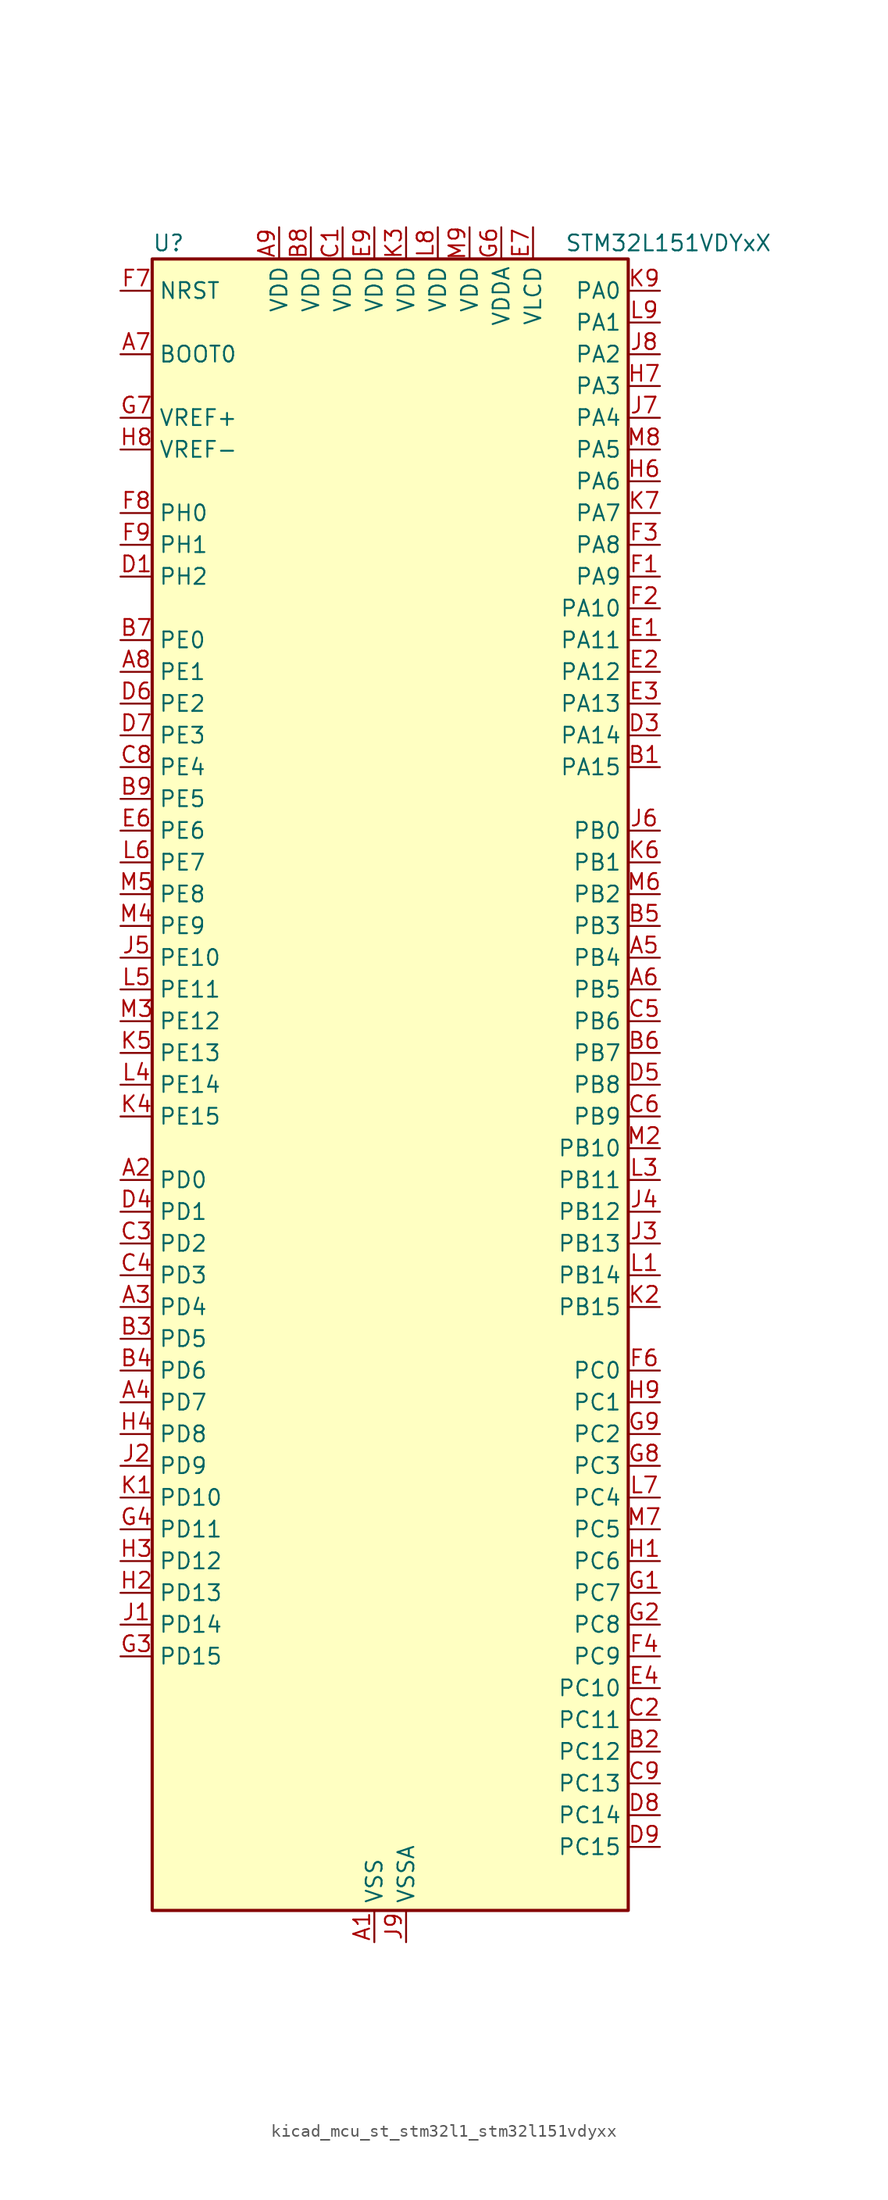
<source format=kicad_sym>
(kicad_symbol_lib
  (version 20220914)
  (generator kicad_symbol_editor)
  (symbol "kicad_mcu_st_stm32l1_stm32l151vdyxx"
    (property "Reference" "U"
      (at -17.78 67.31 0)
      (effects (font (size 1.27 1.27)) (justify left)))
    (property "Value" "STM32L151VDYxX"
      (at 15.24 67.31 0)
      (effects (font (size 1.27 1.27)) (justify left)))
    (property "ki_locked" ""
      (at 0 0 0)
      (effects (font (size 1.27 1.27))))
    (symbol "kicad_mcu_st_stm32l1_stm32l151vdyxx_0_1"
      (rectangle (start -17.78 -66.04) (end 20.32 66.04) (stroke (width 0.254) (type default)) (fill (type background))))
    (symbol "kicad_mcu_st_stm32l1_stm32l151vdyxx_1_1"
      (pin power_in line (at 0 -68.58 90) (length 2.54) (name "VSS" (effects (font (size 1.27 1.27)))) (number "A1" (effects (font (size 1.27 1.27)))))
      (pin bidirectional line (at -20.32 -7.62 0) (length 2.54) (name "PD0" (effects (font (size 1.27 1.27)))) (number "A2" (effects (font (size 1.27 1.27)))) (alternate "I2S2_WS" bidirectional line) (alternate "SPI2_NSS" bidirectional line) (alternate "TIM9_CH1" bidirectional line) (alternate "TIMX_IC1" bidirectional line))
      (pin bidirectional line (at -20.32 -17.78 0) (length 2.54) (name "PD4" (effects (font (size 1.27 1.27)))) (number "A3" (effects (font (size 1.27 1.27)))) (alternate "I2S2_SD" bidirectional line) (alternate "SPI2_MOSI" bidirectional line) (alternate "TIMX_IC1" bidirectional line) (alternate "USART2_RTS" bidirectional line))
      (pin bidirectional line (at -20.32 -25.4 0) (length 2.54) (name "PD7" (effects (font (size 1.27 1.27)))) (number "A4" (effects (font (size 1.27 1.27)))) (alternate "TIM9_CH2" bidirectional line) (alternate "TIMX_IC4" bidirectional line) (alternate "USART2_CK" bidirectional line))
      (pin bidirectional line (at 22.86 10.16 180) (length 2.54) (name "PB4" (effects (font (size 1.27 1.27)))) (number "A5" (effects (font (size 1.27 1.27)))) (alternate "COMP2_INP" bidirectional line) (alternate "SPI1_MISO" bidirectional line) (alternate "SPI3_MISO" bidirectional line) (alternate "SYS_JTRST" bidirectional line) (alternate "TIM3_CH1" bidirectional line) (alternate "TS_G6_IO1" bidirectional line))
      (pin bidirectional line (at 22.86 7.62 180) (length 2.54) (name "PB5" (effects (font (size 1.27 1.27)))) (number "A6" (effects (font (size 1.27 1.27)))) (alternate "COMP2_INP" bidirectional line) (alternate "I2C1_SMBA" bidirectional line) (alternate "I2S3_SD" bidirectional line) (alternate "SPI1_MOSI" bidirectional line) (alternate "SPI3_MOSI" bidirectional line) (alternate "TIM3_CH2" bidirectional line) (alternate "TS_G6_IO2" bidirectional line))
      (pin input line (at -20.32 58.42 0) (length 2.54) (name "BOOT0" (effects (font (size 1.27 1.27)))) (number "A7" (effects (font (size 1.27 1.27)))))
      (pin bidirectional line (at -20.32 33.02 0) (length 2.54) (name "PE1" (effects (font (size 1.27 1.27)))) (number "A8" (effects (font (size 1.27 1.27)))) (alternate "TIM11_CH1" bidirectional line) (alternate "TIMX_IC2" bidirectional line))
      (pin power_in line (at -7.62 68.58 270) (length 2.54) (name "VDD" (effects (font (size 1.27 1.27)))) (number "A9" (effects (font (size 1.27 1.27)))))
      (pin bidirectional line (at 22.86 25.4 180) (length 2.54) (name "PA15" (effects (font (size 1.27 1.27)))) (number "B1" (effects (font (size 1.27 1.27)))) (alternate "ADC_EXTI15" bidirectional line) (alternate "I2S3_WS" bidirectional line) (alternate "SPI1_NSS" bidirectional line) (alternate "SPI3_NSS" bidirectional line) (alternate "SYS_JTDI" bidirectional line) (alternate "TIM2_CH1" bidirectional line) (alternate "TIM2_ETR" bidirectional line) (alternate "TIMX_IC4" bidirectional line) (alternate "TS_G5_IO3" bidirectional line))
      (pin bidirectional line (at 22.86 -53.34 180) (length 2.54) (name "PC12" (effects (font (size 1.27 1.27)))) (number "B2" (effects (font (size 1.27 1.27)))) (alternate "I2S3_SD" bidirectional line) (alternate "SPI3_MOSI" bidirectional line) (alternate "TIMX_IC1" bidirectional line) (alternate "UART5_TX" bidirectional line) (alternate "USART3_CK" bidirectional line))
      (pin bidirectional line (at -20.32 -20.32 0) (length 2.54) (name "PD5" (effects (font (size 1.27 1.27)))) (number "B3" (effects (font (size 1.27 1.27)))) (alternate "TIMX_IC2" bidirectional line) (alternate "USART2_TX" bidirectional line))
      (pin bidirectional line (at -20.32 -22.86 0) (length 2.54) (name "PD6" (effects (font (size 1.27 1.27)))) (number "B4" (effects (font (size 1.27 1.27)))) (alternate "TIMX_IC3" bidirectional line) (alternate "USART2_RX" bidirectional line))
      (pin bidirectional line (at 22.86 12.7 180) (length 2.54) (name "PB3" (effects (font (size 1.27 1.27)))) (number "B5" (effects (font (size 1.27 1.27)))) (alternate "COMP2_INM" bidirectional line) (alternate "I2S3_CK" bidirectional line) (alternate "SPI1_SCK" bidirectional line) (alternate "SPI3_SCK" bidirectional line) (alternate "SYS_JTDO-TRACESWO" bidirectional line) (alternate "TIM2_CH2" bidirectional line))
      (pin bidirectional line (at 22.86 2.54 180) (length 2.54) (name "PB7" (effects (font (size 1.27 1.27)))) (number "B6" (effects (font (size 1.27 1.27)))) (alternate "COMP2_INP" bidirectional line) (alternate "I2C1_SDA" bidirectional line) (alternate "SYS_PVD_IN" bidirectional line) (alternate "TIM4_CH2" bidirectional line) (alternate "TS_G6_IO4" bidirectional line) (alternate "USART1_RX" bidirectional line))
      (pin bidirectional line (at -20.32 35.56 0) (length 2.54) (name "PE0" (effects (font (size 1.27 1.27)))) (number "B7" (effects (font (size 1.27 1.27)))) (alternate "TIM10_CH1" bidirectional line) (alternate "TIM4_ETR" bidirectional line) (alternate "TIMX_IC1" bidirectional line))
      (pin power_in line (at -5.08 68.58 270) (length 2.54) (name "VDD" (effects (font (size 1.27 1.27)))) (number "B8" (effects (font (size 1.27 1.27)))))
      (pin bidirectional line (at -20.32 22.86 0) (length 2.54) (name "PE5" (effects (font (size 1.27 1.27)))) (number "B9" (effects (font (size 1.27 1.27)))) (alternate "SYS_TRACED2" bidirectional line) (alternate "TIM9_CH1" bidirectional line) (alternate "TIMX_IC2" bidirectional line))
      (pin power_in line (at -2.54 68.58 270) (length 2.54) (name "VDD" (effects (font (size 1.27 1.27)))) (number "C1" (effects (font (size 1.27 1.27)))))
      (pin bidirectional line (at 22.86 -50.8 180) (length 2.54) (name "PC11" (effects (font (size 1.27 1.27)))) (number "C2" (effects (font (size 1.27 1.27)))) (alternate "ADC_EXTI11" bidirectional line) (alternate "SPI3_MISO" bidirectional line) (alternate "TIMX_IC4" bidirectional line) (alternate "UART4_RX" bidirectional line) (alternate "USART3_RX" bidirectional line))
      (pin bidirectional line (at -20.32 -12.7 0) (length 2.54) (name "PD2" (effects (font (size 1.27 1.27)))) (number "C3" (effects (font (size 1.27 1.27)))) (alternate "TIM3_ETR" bidirectional line) (alternate "TIMX_IC3" bidirectional line) (alternate "UART5_RX" bidirectional line))
      (pin bidirectional line (at -20.32 -15.24 0) (length 2.54) (name "PD3" (effects (font (size 1.27 1.27)))) (number "C4" (effects (font (size 1.27 1.27)))) (alternate "SPI2_MISO" bidirectional line) (alternate "TIMX_IC4" bidirectional line) (alternate "USART2_CTS" bidirectional line))
      (pin bidirectional line (at 22.86 5.08 180) (length 2.54) (name "PB6" (effects (font (size 1.27 1.27)))) (number "C5" (effects (font (size 1.27 1.27)))) (alternate "COMP2_INP" bidirectional line) (alternate "I2C1_SCL" bidirectional line) (alternate "TIM4_CH1" bidirectional line) (alternate "TS_G6_IO3" bidirectional line) (alternate "USART1_TX" bidirectional line))
      (pin bidirectional line (at 22.86 -2.54 180) (length 2.54) (name "PB9" (effects (font (size 1.27 1.27)))) (number "C6" (effects (font (size 1.27 1.27)))) (alternate "DAC_EXTI9" bidirectional line) (alternate "I2C1_SDA" bidirectional line) (alternate "TIM11_CH1" bidirectional line) (alternate "TIM4_CH4" bidirectional line))
      (pin passive line (at 0 -68.58 90) (length 2.54) hide (name "VSS" (effects (font (size 1.27 1.27)))) (number "C7" (effects (font (size 1.27 1.27)))))
      (pin bidirectional line (at -20.32 25.4 0) (length 2.54) (name "PE4" (effects (font (size 1.27 1.27)))) (number "C8" (effects (font (size 1.27 1.27)))) (alternate "SYS_TRACED1" bidirectional line) (alternate "TIM3_CH2" bidirectional line) (alternate "TIMX_IC1" bidirectional line))
      (pin bidirectional line (at 22.86 -55.88 180) (length 2.54) (name "PC13" (effects (font (size 1.27 1.27)))) (number "C9" (effects (font (size 1.27 1.27)))) (alternate "RTC_OUT_ALARM" bidirectional line) (alternate "RTC_OUT_CALIB" bidirectional line) (alternate "RTC_TAMP1" bidirectional line) (alternate "RTC_TS" bidirectional line) (alternate "SYS_WKUP2" bidirectional line) (alternate "TIMX_IC2" bidirectional line))
      (pin bidirectional line (at -20.32 40.64 0) (length 2.54) (name "PH2" (effects (font (size 1.27 1.27)))) (number "D1" (effects (font (size 1.27 1.27)))))
      (pin passive line (at 0 -68.58 90) (length 2.54) hide (name "VSS" (effects (font (size 1.27 1.27)))) (number "D2" (effects (font (size 1.27 1.27)))))
      (pin bidirectional line (at 22.86 27.94 180) (length 2.54) (name "PA14" (effects (font (size 1.27 1.27)))) (number "D3" (effects (font (size 1.27 1.27)))) (alternate "SYS_JTCK-SWCLK" bidirectional line) (alternate "TIMX_IC3" bidirectional line) (alternate "TS_G5_IO2" bidirectional line))
      (pin bidirectional line (at -20.32 -10.16 0) (length 2.54) (name "PD1" (effects (font (size 1.27 1.27)))) (number "D4" (effects (font (size 1.27 1.27)))) (alternate "I2S2_CK" bidirectional line) (alternate "SPI2_SCK" bidirectional line) (alternate "TIMX_IC2" bidirectional line))
      (pin bidirectional line (at 22.86 0 180) (length 2.54) (name "PB8" (effects (font (size 1.27 1.27)))) (number "D5" (effects (font (size 1.27 1.27)))) (alternate "I2C1_SCL" bidirectional line) (alternate "TIM10_CH1" bidirectional line) (alternate "TIM4_CH3" bidirectional line))
      (pin bidirectional line (at -20.32 30.48 0) (length 2.54) (name "PE2" (effects (font (size 1.27 1.27)))) (number "D6" (effects (font (size 1.27 1.27)))) (alternate "SYS_TRACECK" bidirectional line) (alternate "TIM3_ETR" bidirectional line) (alternate "TIMX_IC3" bidirectional line))
      (pin bidirectional line (at -20.32 27.94 0) (length 2.54) (name "PE3" (effects (font (size 1.27 1.27)))) (number "D7" (effects (font (size 1.27 1.27)))) (alternate "SYS_TRACED0" bidirectional line) (alternate "TIM3_CH1" bidirectional line) (alternate "TIMX_IC4" bidirectional line))
      (pin bidirectional line (at 22.86 -58.42 180) (length 2.54) (name "PC14" (effects (font (size 1.27 1.27)))) (number "D8" (effects (font (size 1.27 1.27)))) (alternate "RCC_OSC32_IN" bidirectional line) (alternate "TIMX_IC3" bidirectional line))
      (pin bidirectional line (at 22.86 -60.96 180) (length 2.54) (name "PC15" (effects (font (size 1.27 1.27)))) (number "D9" (effects (font (size 1.27 1.27)))) (alternate "ADC_EXTI15" bidirectional line) (alternate "RCC_OSC32_OUT" bidirectional line) (alternate "TIMX_IC4" bidirectional line))
      (pin bidirectional line (at 22.86 35.56 180) (length 2.54) (name "PA11" (effects (font (size 1.27 1.27)))) (number "E1" (effects (font (size 1.27 1.27)))) (alternate "ADC_EXTI11" bidirectional line) (alternate "SPI1_MISO" bidirectional line) (alternate "TIMX_IC4" bidirectional line) (alternate "USART1_CTS" bidirectional line) (alternate "USB_DM" bidirectional line))
      (pin bidirectional line (at 22.86 33.02 180) (length 2.54) (name "PA12" (effects (font (size 1.27 1.27)))) (number "E2" (effects (font (size 1.27 1.27)))) (alternate "SPI1_MOSI" bidirectional line) (alternate "TIMX_IC1" bidirectional line) (alternate "USART1_RTS" bidirectional line) (alternate "USB_DP" bidirectional line))
      (pin bidirectional line (at 22.86 30.48 180) (length 2.54) (name "PA13" (effects (font (size 1.27 1.27)))) (number "E3" (effects (font (size 1.27 1.27)))) (alternate "SYS_JTMS-SWDIO" bidirectional line) (alternate "TIMX_IC2" bidirectional line) (alternate "TS_G5_IO1" bidirectional line))
      (pin bidirectional line (at 22.86 -48.26 180) (length 2.54) (name "PC10" (effects (font (size 1.27 1.27)))) (number "E4" (effects (font (size 1.27 1.27)))) (alternate "I2S3_CK" bidirectional line) (alternate "SPI3_SCK" bidirectional line) (alternate "TIMX_IC3" bidirectional line) (alternate "UART4_TX" bidirectional line) (alternate "USART3_TX" bidirectional line))
      (pin bidirectional line (at -20.32 20.32 0) (length 2.54) (name "PE6" (effects (font (size 1.27 1.27)))) (number "E6" (effects (font (size 1.27 1.27)))) (alternate "RTC_TAMP3" bidirectional line) (alternate "SYS_TRACED3" bidirectional line) (alternate "SYS_WKUP3" bidirectional line) (alternate "TIM9_CH2" bidirectional line) (alternate "TIMX_IC3" bidirectional line))
      (pin power_in line (at 12.7 68.58 270) (length 2.54) (name "VLCD" (effects (font (size 1.27 1.27)))) (number "E7" (effects (font (size 1.27 1.27)))))
      (pin passive line (at 0 -68.58 90) (length 2.54) hide (name "VSS" (effects (font (size 1.27 1.27)))) (number "E8" (effects (font (size 1.27 1.27)))))
      (pin power_in line (at 0 68.58 270) (length 2.54) (name "VDD" (effects (font (size 1.27 1.27)))) (number "E9" (effects (font (size 1.27 1.27)))))
      (pin bidirectional line (at 22.86 40.64 180) (length 2.54) (name "PA9" (effects (font (size 1.27 1.27)))) (number "F1" (effects (font (size 1.27 1.27)))) (alternate "DAC_EXTI9" bidirectional line) (alternate "TIMX_IC2" bidirectional line) (alternate "TS_G4_IO2" bidirectional line) (alternate "USART1_TX" bidirectional line))
      (pin bidirectional line (at 22.86 38.1 180) (length 2.54) (name "PA10" (effects (font (size 1.27 1.27)))) (number "F2" (effects (font (size 1.27 1.27)))) (alternate "TIMX_IC3" bidirectional line) (alternate "TS_G4_IO3" bidirectional line) (alternate "USART1_RX" bidirectional line))
      (pin bidirectional line (at 22.86 43.18 180) (length 2.54) (name "PA8" (effects (font (size 1.27 1.27)))) (number "F3" (effects (font (size 1.27 1.27)))) (alternate "RCC_MCO" bidirectional line) (alternate "TIMX_IC1" bidirectional line) (alternate "TS_G4_IO1" bidirectional line) (alternate "USART1_CK" bidirectional line))
      (pin bidirectional line (at 22.86 -45.72 180) (length 2.54) (name "PC9" (effects (font (size 1.27 1.27)))) (number "F4" (effects (font (size 1.27 1.27)))) (alternate "DAC_EXTI9" bidirectional line) (alternate "TIM3_CH4" bidirectional line) (alternate "TIMX_IC2" bidirectional line) (alternate "TS_G10_IO4" bidirectional line))
      (pin bidirectional line (at 22.86 -22.86 180) (length 2.54) (name "PC0" (effects (font (size 1.27 1.27)))) (number "F6" (effects (font (size 1.27 1.27)))) (alternate "ADC_IN10" bidirectional line) (alternate "COMP1_INP" bidirectional line) (alternate "TIMX_IC1" bidirectional line) (alternate "TS_G8_IO1" bidirectional line))
      (pin input line (at -20.32 63.5 0) (length 2.54) (name "NRST" (effects (font (size 1.27 1.27)))) (number "F7" (effects (font (size 1.27 1.27)))))
      (pin bidirectional line (at -20.32 45.72 0) (length 2.54) (name "PH0" (effects (font (size 1.27 1.27)))) (number "F8" (effects (font (size 1.27 1.27)))) (alternate "RCC_OSC_IN" bidirectional line))
      (pin bidirectional line (at -20.32 43.18 0) (length 2.54) (name "PH1" (effects (font (size 1.27 1.27)))) (number "F9" (effects (font (size 1.27 1.27)))) (alternate "RCC_OSC_OUT" bidirectional line))
      (pin bidirectional line (at 22.86 -40.64 180) (length 2.54) (name "PC7" (effects (font (size 1.27 1.27)))) (number "G1" (effects (font (size 1.27 1.27)))) (alternate "I2S3_MCK" bidirectional line) (alternate "TIM3_CH2" bidirectional line) (alternate "TIMX_IC4" bidirectional line) (alternate "TS_G10_IO2" bidirectional line))
      (pin bidirectional line (at 22.86 -43.18 180) (length 2.54) (name "PC8" (effects (font (size 1.27 1.27)))) (number "G2" (effects (font (size 1.27 1.27)))) (alternate "TIM3_CH3" bidirectional line) (alternate "TIMX_IC1" bidirectional line) (alternate "TS_G10_IO3" bidirectional line))
      (pin bidirectional line (at -20.32 -45.72 0) (length 2.54) (name "PD15" (effects (font (size 1.27 1.27)))) (number "G3" (effects (font (size 1.27 1.27)))) (alternate "ADC_EXTI15" bidirectional line) (alternate "TIM4_CH4" bidirectional line) (alternate "TIMX_IC4" bidirectional line))
      (pin bidirectional line (at -20.32 -35.56 0) (length 2.54) (name "PD11" (effects (font (size 1.27 1.27)))) (number "G4" (effects (font (size 1.27 1.27)))) (alternate "ADC_EXTI11" bidirectional line) (alternate "TIMX_IC4" bidirectional line) (alternate "USART3_CTS" bidirectional line))
      (pin power_in line (at 10.16 68.58 270) (length 2.54) (name "VDDA" (effects (font (size 1.27 1.27)))) (number "G6" (effects (font (size 1.27 1.27)))))
      (pin input line (at -20.32 53.34 0) (length 2.54) (name "VREF+" (effects (font (size 1.27 1.27)))) (number "G7" (effects (font (size 1.27 1.27)))))
      (pin bidirectional line (at 22.86 -30.48 180) (length 2.54) (name "PC3" (effects (font (size 1.27 1.27)))) (number "G8" (effects (font (size 1.27 1.27)))) (alternate "ADC_IN13" bidirectional line) (alternate "COMP1_INP" bidirectional line) (alternate "TIMX_IC4" bidirectional line) (alternate "TS_G8_IO4" bidirectional line))
      (pin bidirectional line (at 22.86 -27.94 180) (length 2.54) (name "PC2" (effects (font (size 1.27 1.27)))) (number "G9" (effects (font (size 1.27 1.27)))) (alternate "ADC_IN12" bidirectional line) (alternate "COMP1_INP" bidirectional line) (alternate "TIMX_IC3" bidirectional line) (alternate "TS_G8_IO3" bidirectional line))
      (pin bidirectional line (at 22.86 -38.1 180) (length 2.54) (name "PC6" (effects (font (size 1.27 1.27)))) (number "H1" (effects (font (size 1.27 1.27)))) (alternate "I2S2_MCK" bidirectional line) (alternate "TIM3_CH1" bidirectional line) (alternate "TIMX_IC3" bidirectional line) (alternate "TS_G10_IO1" bidirectional line))
      (pin bidirectional line (at -20.32 -40.64 0) (length 2.54) (name "PD13" (effects (font (size 1.27 1.27)))) (number "H2" (effects (font (size 1.27 1.27)))) (alternate "TIM4_CH2" bidirectional line) (alternate "TIMX_IC2" bidirectional line))
      (pin bidirectional line (at -20.32 -38.1 0) (length 2.54) (name "PD12" (effects (font (size 1.27 1.27)))) (number "H3" (effects (font (size 1.27 1.27)))) (alternate "TIM4_CH1" bidirectional line) (alternate "TIMX_IC1" bidirectional line) (alternate "USART3_RTS" bidirectional line))
      (pin bidirectional line (at -20.32 -27.94 0) (length 2.54) (name "PD8" (effects (font (size 1.27 1.27)))) (number "H4" (effects (font (size 1.27 1.27)))) (alternate "TIMX_IC1" bidirectional line) (alternate "USART3_TX" bidirectional line))
      (pin bidirectional line (at 22.86 48.26 180) (length 2.54) (name "PA6" (effects (font (size 1.27 1.27)))) (number "H6" (effects (font (size 1.27 1.27)))) (alternate "ADC_IN6" bidirectional line) (alternate "COMP1_INP" bidirectional line) (alternate "OPAMP2_VINP" bidirectional line) (alternate "SPI1_MISO" bidirectional line) (alternate "TIM10_CH1" bidirectional line) (alternate "TIM3_CH1" bidirectional line) (alternate "TIMX_IC3" bidirectional line) (alternate "TS_G2_IO1" bidirectional line))
      (pin bidirectional line (at 22.86 55.88 180) (length 2.54) (name "PA3" (effects (font (size 1.27 1.27)))) (number "H7" (effects (font (size 1.27 1.27)))) (alternate "ADC_IN3" bidirectional line) (alternate "COMP1_INP" bidirectional line) (alternate "OPAMP1_VOUT" bidirectional line) (alternate "TIM2_CH4" bidirectional line) (alternate "TIM5_CH4" bidirectional line) (alternate "TIM9_CH2" bidirectional line) (alternate "TIMX_IC4" bidirectional line) (alternate "TS_G1_IO4" bidirectional line) (alternate "USART2_RX" bidirectional line))
      (pin input line (at -20.32 50.8 0) (length 2.54) (name "VREF-" (effects (font (size 1.27 1.27)))) (number "H8" (effects (font (size 1.27 1.27)))))
      (pin bidirectional line (at 22.86 -25.4 180) (length 2.54) (name "PC1" (effects (font (size 1.27 1.27)))) (number "H9" (effects (font (size 1.27 1.27)))) (alternate "ADC_IN11" bidirectional line) (alternate "COMP1_INP" bidirectional line) (alternate "TIMX_IC2" bidirectional line) (alternate "TS_G8_IO2" bidirectional line))
      (pin bidirectional line (at -20.32 -43.18 0) (length 2.54) (name "PD14" (effects (font (size 1.27 1.27)))) (number "J1" (effects (font (size 1.27 1.27)))) (alternate "TIM4_CH3" bidirectional line) (alternate "TIMX_IC3" bidirectional line))
      (pin bidirectional line (at -20.32 -30.48 0) (length 2.54) (name "PD9" (effects (font (size 1.27 1.27)))) (number "J2" (effects (font (size 1.27 1.27)))) (alternate "DAC_EXTI9" bidirectional line) (alternate "TIMX_IC2" bidirectional line) (alternate "USART3_RX" bidirectional line))
      (pin bidirectional line (at 22.86 -12.7 180) (length 2.54) (name "PB13" (effects (font (size 1.27 1.27)))) (number "J3" (effects (font (size 1.27 1.27)))) (alternate "ADC_IN19" bidirectional line) (alternate "COMP1_INP" bidirectional line) (alternate "I2S2_CK" bidirectional line) (alternate "SPI2_SCK" bidirectional line) (alternate "TIM9_CH1" bidirectional line) (alternate "TS_G7_IO2" bidirectional line) (alternate "USART3_CTS" bidirectional line))
      (pin bidirectional line (at 22.86 -10.16 180) (length 2.54) (name "PB12" (effects (font (size 1.27 1.27)))) (number "J4" (effects (font (size 1.27 1.27)))) (alternate "ADC_IN18" bidirectional line) (alternate "COMP1_INP" bidirectional line) (alternate "I2C2_SMBA" bidirectional line) (alternate "I2S2_WS" bidirectional line) (alternate "SPI2_NSS" bidirectional line) (alternate "TIM10_CH1" bidirectional line) (alternate "TS_G7_IO1" bidirectional line) (alternate "USART3_CK" bidirectional line))
      (pin bidirectional line (at -20.32 10.16 0) (length 2.54) (name "PE10" (effects (font (size 1.27 1.27)))) (number "J5" (effects (font (size 1.27 1.27)))) (alternate "ADC_IN25" bidirectional line) (alternate "COMP1_INP" bidirectional line) (alternate "TIM2_CH2" bidirectional line) (alternate "TIMX_IC3" bidirectional line))
      (pin bidirectional line (at 22.86 20.32 180) (length 2.54) (name "PB0" (effects (font (size 1.27 1.27)))) (number "J6" (effects (font (size 1.27 1.27)))) (alternate "ADC_IN8" bidirectional line) (alternate "COMP1_INP" bidirectional line) (alternate "OPAMP2_VOUT" bidirectional line) (alternate "SYS_V_REF_OUT" bidirectional line) (alternate "TIM3_CH3" bidirectional line) (alternate "TS_G3_IO1" bidirectional line))
      (pin bidirectional line (at 22.86 53.34 180) (length 2.54) (name "PA4" (effects (font (size 1.27 1.27)))) (number "J7" (effects (font (size 1.27 1.27)))) (alternate "ADC_IN4" bidirectional line) (alternate "COMP1_INP" bidirectional line) (alternate "DAC_OUT1" bidirectional line) (alternate "I2S3_WS" bidirectional line) (alternate "SPI1_NSS" bidirectional line) (alternate "SPI3_NSS" bidirectional line) (alternate "TIMX_IC1" bidirectional line) (alternate "USART2_CK" bidirectional line))
      (pin bidirectional line (at 22.86 58.42 180) (length 2.54) (name "PA2" (effects (font (size 1.27 1.27)))) (number "J8" (effects (font (size 1.27 1.27)))) (alternate "ADC_IN2" bidirectional line) (alternate "COMP1_INP" bidirectional line) (alternate "OPAMP1_VINM" bidirectional line) (alternate "TIM2_CH3" bidirectional line) (alternate "TIM5_CH3" bidirectional line) (alternate "TIM9_CH1" bidirectional line) (alternate "TIMX_IC3" bidirectional line) (alternate "TS_G1_IO3" bidirectional line) (alternate "USART2_TX" bidirectional line))
      (pin power_in line (at 2.54 -68.58 90) (length 2.54) (name "VSSA" (effects (font (size 1.27 1.27)))) (number "J9" (effects (font (size 1.27 1.27)))))
      (pin bidirectional line (at -20.32 -33.02 0) (length 2.54) (name "PD10" (effects (font (size 1.27 1.27)))) (number "K1" (effects (font (size 1.27 1.27)))) (alternate "TIMX_IC3" bidirectional line) (alternate "USART3_CK" bidirectional line))
      (pin bidirectional line (at 22.86 -17.78 180) (length 2.54) (name "PB15" (effects (font (size 1.27 1.27)))) (number "K2" (effects (font (size 1.27 1.27)))) (alternate "ADC_EXTI15" bidirectional line) (alternate "ADC_IN21" bidirectional line) (alternate "COMP1_INP" bidirectional line) (alternate "I2S2_SD" bidirectional line) (alternate "RTC_REFIN" bidirectional line) (alternate "SPI2_MOSI" bidirectional line) (alternate "TIM11_CH1" bidirectional line) (alternate "TS_G7_IO4" bidirectional line))
      (pin power_in line (at 2.54 68.58 270) (length 2.54) (name "VDD" (effects (font (size 1.27 1.27)))) (number "K3" (effects (font (size 1.27 1.27)))))
      (pin bidirectional line (at -20.32 -2.54 0) (length 2.54) (name "PE15" (effects (font (size 1.27 1.27)))) (number "K4" (effects (font (size 1.27 1.27)))) (alternate "ADC_EXTI15" bidirectional line) (alternate "SPI1_MOSI" bidirectional line) (alternate "TIMX_IC4" bidirectional line))
      (pin bidirectional line (at -20.32 2.54 0) (length 2.54) (name "PE13" (effects (font (size 1.27 1.27)))) (number "K5" (effects (font (size 1.27 1.27)))) (alternate "SPI1_SCK" bidirectional line) (alternate "TIMX_IC2" bidirectional line))
      (pin bidirectional line (at 22.86 17.78 180) (length 2.54) (name "PB1" (effects (font (size 1.27 1.27)))) (number "K6" (effects (font (size 1.27 1.27)))) (alternate "ADC_IN9" bidirectional line) (alternate "COMP1_INP" bidirectional line) (alternate "SYS_V_REF_OUT" bidirectional line) (alternate "TIM3_CH4" bidirectional line) (alternate "TS_G3_IO2" bidirectional line))
      (pin bidirectional line (at 22.86 45.72 180) (length 2.54) (name "PA7" (effects (font (size 1.27 1.27)))) (number "K7" (effects (font (size 1.27 1.27)))) (alternate "ADC_IN7" bidirectional line) (alternate "COMP1_INP" bidirectional line) (alternate "OPAMP2_VINM" bidirectional line) (alternate "SPI1_MOSI" bidirectional line) (alternate "TIM11_CH1" bidirectional line) (alternate "TIM3_CH2" bidirectional line) (alternate "TIMX_IC4" bidirectional line) (alternate "TS_G2_IO2" bidirectional line))
      (pin passive line (at 0 -68.58 90) (length 2.54) hide (name "VSS" (effects (font (size 1.27 1.27)))) (number "K8" (effects (font (size 1.27 1.27)))))
      (pin bidirectional line (at 22.86 63.5 180) (length 2.54) (name "PA0" (effects (font (size 1.27 1.27)))) (number "K9" (effects (font (size 1.27 1.27)))) (alternate "ADC_IN0" bidirectional line) (alternate "COMP1_INP" bidirectional line) (alternate "RTC_TAMP2" bidirectional line) (alternate "SYS_WKUP1" bidirectional line) (alternate "TIM2_CH1" bidirectional line) (alternate "TIM2_ETR" bidirectional line) (alternate "TIM5_CH1" bidirectional line) (alternate "TIMX_IC1" bidirectional line) (alternate "TS_G1_IO1" bidirectional line) (alternate "USART2_CTS" bidirectional line))
      (pin bidirectional line (at 22.86 -15.24 180) (length 2.54) (name "PB14" (effects (font (size 1.27 1.27)))) (number "L1" (effects (font (size 1.27 1.27)))) (alternate "ADC_IN20" bidirectional line) (alternate "COMP1_INP" bidirectional line) (alternate "SPI2_MISO" bidirectional line) (alternate "TIM9_CH2" bidirectional line) (alternate "TS_G7_IO3" bidirectional line) (alternate "USART3_RTS" bidirectional line))
      (pin passive line (at 0 -68.58 90) (length 2.54) hide (name "VSS" (effects (font (size 1.27 1.27)))) (number "L2" (effects (font (size 1.27 1.27)))))
      (pin bidirectional line (at 22.86 -7.62 180) (length 2.54) (name "PB11" (effects (font (size 1.27 1.27)))) (number "L3" (effects (font (size 1.27 1.27)))) (alternate "ADC_EXTI11" bidirectional line) (alternate "I2C2_SDA" bidirectional line) (alternate "TIM2_CH4" bidirectional line) (alternate "USART3_RX" bidirectional line))
      (pin bidirectional line (at -20.32 0 0) (length 2.54) (name "PE14" (effects (font (size 1.27 1.27)))) (number "L4" (effects (font (size 1.27 1.27)))) (alternate "SPI1_MISO" bidirectional line) (alternate "TIMX_IC3" bidirectional line))
      (pin bidirectional line (at -20.32 7.62 0) (length 2.54) (name "PE11" (effects (font (size 1.27 1.27)))) (number "L5" (effects (font (size 1.27 1.27)))) (alternate "ADC_EXTI11" bidirectional line) (alternate "TIM2_CH3" bidirectional line) (alternate "TIMX_IC4" bidirectional line))
      (pin bidirectional line (at -20.32 17.78 0) (length 2.54) (name "PE7" (effects (font (size 1.27 1.27)))) (number "L6" (effects (font (size 1.27 1.27)))) (alternate "ADC_IN22" bidirectional line) (alternate "COMP1_INP" bidirectional line) (alternate "TIMX_IC4" bidirectional line))
      (pin bidirectional line (at 22.86 -33.02 180) (length 2.54) (name "PC4" (effects (font (size 1.27 1.27)))) (number "L7" (effects (font (size 1.27 1.27)))) (alternate "ADC_IN14" bidirectional line) (alternate "COMP1_INP" bidirectional line) (alternate "TIMX_IC1" bidirectional line) (alternate "TS_G9_IO1" bidirectional line))
      (pin power_in line (at 5.08 68.58 270) (length 2.54) (name "VDD" (effects (font (size 1.27 1.27)))) (number "L8" (effects (font (size 1.27 1.27)))))
      (pin bidirectional line (at 22.86 60.96 180) (length 2.54) (name "PA1" (effects (font (size 1.27 1.27)))) (number "L9" (effects (font (size 1.27 1.27)))) (alternate "ADC_IN1" bidirectional line) (alternate "COMP1_INP" bidirectional line) (alternate "OPAMP1_VINP" bidirectional line) (alternate "TIM2_CH2" bidirectional line) (alternate "TIM5_CH2" bidirectional line) (alternate "TIMX_IC2" bidirectional line) (alternate "TS_G1_IO2" bidirectional line) (alternate "USART2_RTS" bidirectional line))
      (pin passive line (at 0 -68.58 90) (length 2.54) hide (name "VSS" (effects (font (size 1.27 1.27)))) (number "M1" (effects (font (size 1.27 1.27)))))
      (pin bidirectional line (at 22.86 -5.08 180) (length 2.54) (name "PB10" (effects (font (size 1.27 1.27)))) (number "M2" (effects (font (size 1.27 1.27)))) (alternate "I2C2_SCL" bidirectional line) (alternate "TIM2_CH3" bidirectional line) (alternate "USART3_TX" bidirectional line))
      (pin bidirectional line (at -20.32 5.08 0) (length 2.54) (name "PE12" (effects (font (size 1.27 1.27)))) (number "M3" (effects (font (size 1.27 1.27)))) (alternate "SPI1_NSS" bidirectional line) (alternate "TIM2_CH4" bidirectional line) (alternate "TIMX_IC1" bidirectional line))
      (pin bidirectional line (at -20.32 12.7 0) (length 2.54) (name "PE9" (effects (font (size 1.27 1.27)))) (number "M4" (effects (font (size 1.27 1.27)))) (alternate "ADC_IN24" bidirectional line) (alternate "COMP1_INP" bidirectional line) (alternate "DAC_EXTI9" bidirectional line) (alternate "TIM2_CH1" bidirectional line) (alternate "TIM2_ETR" bidirectional line) (alternate "TIMX_IC2" bidirectional line))
      (pin bidirectional line (at -20.32 15.24 0) (length 2.54) (name "PE8" (effects (font (size 1.27 1.27)))) (number "M5" (effects (font (size 1.27 1.27)))) (alternate "ADC_IN23" bidirectional line) (alternate "COMP1_INP" bidirectional line) (alternate "TIMX_IC1" bidirectional line))
      (pin bidirectional line (at 22.86 15.24 180) (length 2.54) (name "PB2" (effects (font (size 1.27 1.27)))) (number "M6" (effects (font (size 1.27 1.27)))) (alternate "ADC_IN0b" bidirectional line) (alternate "TS_G3_IO3" bidirectional line))
      (pin bidirectional line (at 22.86 -35.56 180) (length 2.54) (name "PC5" (effects (font (size 1.27 1.27)))) (number "M7" (effects (font (size 1.27 1.27)))) (alternate "ADC_IN15" bidirectional line) (alternate "COMP1_INP" bidirectional line) (alternate "TIMX_IC2" bidirectional line) (alternate "TS_G9_IO2" bidirectional line))
      (pin bidirectional line (at 22.86 50.8 180) (length 2.54) (name "PA5" (effects (font (size 1.27 1.27)))) (number "M8" (effects (font (size 1.27 1.27)))) (alternate "ADC_IN5" bidirectional line) (alternate "COMP1_INP" bidirectional line) (alternate "DAC_OUT2" bidirectional line) (alternate "SPI1_SCK" bidirectional line) (alternate "TIM2_CH1" bidirectional line) (alternate "TIM2_ETR" bidirectional line) (alternate "TIMX_IC2" bidirectional line))
      (pin power_in line (at 7.62 68.58 270) (length 2.54) (name "VDD" (effects (font (size 1.27 1.27)))) (number "M9" (effects (font (size 1.27 1.27))))))))
</source>
